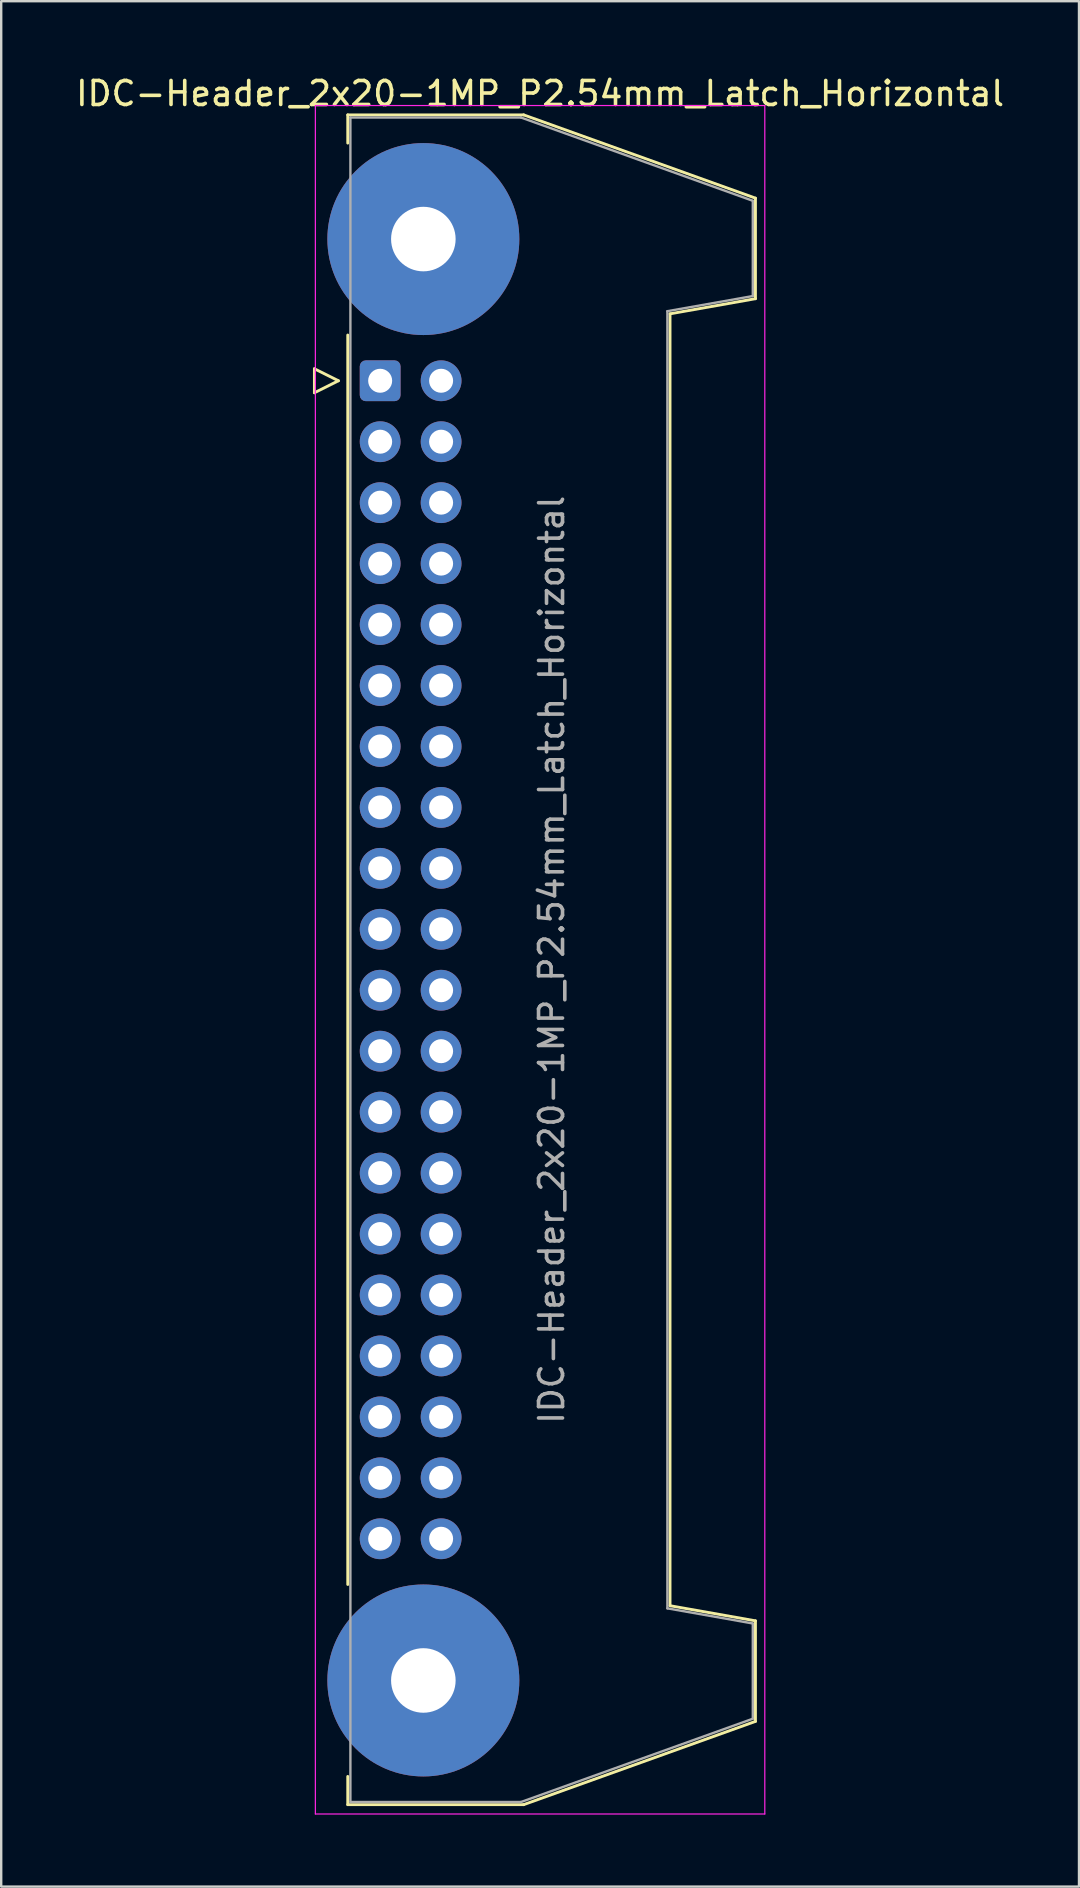
<source format=kicad_pcb>
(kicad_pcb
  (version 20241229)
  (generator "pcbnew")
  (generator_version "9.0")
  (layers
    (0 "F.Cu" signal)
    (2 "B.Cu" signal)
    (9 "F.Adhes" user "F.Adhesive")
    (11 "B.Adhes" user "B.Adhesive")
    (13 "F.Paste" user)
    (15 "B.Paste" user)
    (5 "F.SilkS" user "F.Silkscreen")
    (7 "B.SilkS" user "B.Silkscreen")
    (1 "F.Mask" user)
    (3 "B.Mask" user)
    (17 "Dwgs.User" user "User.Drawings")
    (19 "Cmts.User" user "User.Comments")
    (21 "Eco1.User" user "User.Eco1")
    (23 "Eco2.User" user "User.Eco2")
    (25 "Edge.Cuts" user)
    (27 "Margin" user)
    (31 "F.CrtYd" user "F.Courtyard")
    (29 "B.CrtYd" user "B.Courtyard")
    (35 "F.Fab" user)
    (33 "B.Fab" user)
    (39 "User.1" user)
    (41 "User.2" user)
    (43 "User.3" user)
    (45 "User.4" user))
  (footprint "IDC-Header_2x20-1MP_P2.54mm_Latch_Horizontal"
    (layer "F.Cu")
    (at 12.793 12.818)
    (property "Reference" "IDC-Header_2x20-1MP_P2.54mm_Latch_Horizontal" (at 6.665 -11.97 0) (layer "F.SilkS") (effects (font (size 1 1) (thickness 0.15))))
    (attr through_hole)
    (fp_line (start -2.74 -0.5) (end -2.74 0.5) (stroke (width 0.12) (type solid)) (layer "F.SilkS"))
    (fp_line (start -2.74 0.5) (end -1.74 0) (stroke (width 0.12) (type solid)) (layer "F.SilkS"))
    (fp_line (start -1.74 0) (end -2.74 -0.5) (stroke (width 0.12) (type solid)) (layer "F.SilkS"))
    (fp_line (start -1.35 -11.08) (end -1.35 -9.905) (stroke (width 0.12) (type solid)) (layer "F.SilkS"))
    (fp_line (start -1.35 -11.08) (end 5.98 -11.08) (stroke (width 0.12) (type solid)) (layer "F.SilkS"))
    (fp_line (start -1.35 -1.905) (end -1.35 50.165) (stroke (width 0.12) (type solid)) (layer "F.SilkS"))
    (fp_line (start -1.35 58.165) (end -1.35 59.34) (stroke (width 0.12) (type solid)) (layer "F.SilkS"))
    (fp_line (start 5.98 -11.08) (end 15.64 -7.61) (stroke (width 0.12) (type solid)) (layer "F.SilkS"))
    (fp_line (start 5.98 59.34) (end -1.35 59.34) (stroke (width 0.12) (type solid)) (layer "F.SilkS"))
    (fp_line (start 12.08 -2.79) (end 12.08 51.05) (stroke (width 0.12) (type solid)) (layer "F.SilkS"))
    (fp_line (start 12.08 51.05) (end 15.64 51.68) (stroke (width 0.12) (type solid)) (layer "F.SilkS"))
    (fp_line (start 15.64 -7.61) (end 15.64 -3.42) (stroke (width 0.12) (type solid)) (layer "F.SilkS"))
    (fp_line (start 15.64 -3.42) (end 12.08 -2.79) (stroke (width 0.12) (type solid)) (layer "F.SilkS"))
    (fp_line (start 15.64 51.68) (end 15.64 55.87) (stroke (width 0.12) (type solid)) (layer "F.SilkS"))
    (fp_line (start 15.64 55.87) (end 5.98 59.34) (stroke (width 0.12) (type solid)) (layer "F.SilkS"))
    (fp_line (start -2.7 -11.47) (end -2.7 59.73) (stroke (width 0.05) (type solid)) (layer "F.CrtYd"))
    (fp_line (start -2.7 59.73) (end 16.03 59.73) (stroke (width 0.05) (type solid)) (layer "F.CrtYd"))
    (fp_line (start 16.03 -11.47) (end -2.7 -11.47) (stroke (width 0.05) (type solid)) (layer "F.CrtYd"))
    (fp_line (start 16.03 59.73) (end 16.03 -11.47) (stroke (width 0.05) (type solid)) (layer "F.CrtYd"))
    (fp_line (start -1.24 -10.97) (end 5.87 -10.97) (stroke (width 0.1) (type solid)) (layer "F.Fab"))
    (fp_line (start -1.24 59.23) (end -1.24 -10.97) (stroke (width 0.1) (type solid)) (layer "F.Fab"))
    (fp_line (start 5.87 -10.97) (end 15.53 -7.5) (stroke (width 0.1) (type solid)) (layer "F.Fab"))
    (fp_line (start 5.87 59.23) (end -1.24 59.23) (stroke (width 0.1) (type solid)) (layer "F.Fab"))
    (fp_line (start 11.97 -2.9) (end 11.97 51.16) (stroke (width 0.1) (type solid)) (layer "F.Fab"))
    (fp_line (start 11.97 51.16) (end 15.53 51.79) (stroke (width 0.1) (type solid)) (layer "F.Fab"))
    (fp_line (start 15.53 -7.5) (end 15.53 -3.53) (stroke (width 0.1) (type solid)) (layer "F.Fab"))
    (fp_line (start 15.53 -3.53) (end 11.97 -2.9) (stroke (width 0.1) (type solid)) (layer "F.Fab"))
    (fp_line (start 15.53 51.79) (end 15.53 55.76) (stroke (width 0.1) (type solid)) (layer "F.Fab"))
    (fp_line (start 15.53 55.76) (end 5.87 59.23) (stroke (width 0.1) (type solid)) (layer "F.Fab"))
    (fp_text user "${REFERENCE}" (at 7.145 24.13 90) (layer "F.Fab") (effects (font (size 1 1) (thickness 0.15))))
    (pad "1" thru_hole roundrect (at 0 0) (size 1.7 1.7) (drill 1) (layers "*.Cu" "*.Mask") (roundrect_rratio 0.147))
    (pad "2" thru_hole circle (at 2.54 0) (size 1.7 1.7) (drill 1) (layers "*.Cu" "*.Mask"))
    (pad "3" thru_hole circle (at 0 2.54) (size 1.7 1.7) (drill 1) (layers "*.Cu" "*.Mask"))
    (pad "4" thru_hole circle (at 2.54 2.54) (size 1.7 1.7) (drill 1) (layers "*.Cu" "*.Mask"))
    (pad "5" thru_hole circle (at 0 5.08) (size 1.7 1.7) (drill 1) (layers "*.Cu" "*.Mask"))
    (pad "6" thru_hole circle (at 2.54 5.08) (size 1.7 1.7) (drill 1) (layers "*.Cu" "*.Mask"))
    (pad "7" thru_hole circle (at 0 7.62) (size 1.7 1.7) (drill 1) (layers "*.Cu" "*.Mask"))
    (pad "8" thru_hole circle (at 2.54 7.62) (size 1.7 1.7) (drill 1) (layers "*.Cu" "*.Mask"))
    (pad "9" thru_hole circle (at 0 10.16) (size 1.7 1.7) (drill 1) (layers "*.Cu" "*.Mask"))
    (pad "10" thru_hole circle (at 2.54 10.16) (size 1.7 1.7) (drill 1) (layers "*.Cu" "*.Mask"))
    (pad "11" thru_hole circle (at 0 12.7) (size 1.7 1.7) (drill 1) (layers "*.Cu" "*.Mask"))
    (pad "12" thru_hole circle (at 2.54 12.7) (size 1.7 1.7) (drill 1) (layers "*.Cu" "*.Mask"))
    (pad "13" thru_hole circle (at 0 15.24) (size 1.7 1.7) (drill 1) (layers "*.Cu" "*.Mask"))
    (pad "14" thru_hole circle (at 2.54 15.24) (size 1.7 1.7) (drill 1) (layers "*.Cu" "*.Mask"))
    (pad "15" thru_hole circle (at 0 17.78) (size 1.7 1.7) (drill 1) (layers "*.Cu" "*.Mask"))
    (pad "16" thru_hole circle (at 2.54 17.78) (size 1.7 1.7) (drill 1) (layers "*.Cu" "*.Mask"))
    (pad "17" thru_hole circle (at 0 20.32) (size 1.7 1.7) (drill 1) (layers "*.Cu" "*.Mask"))
    (pad "18" thru_hole circle (at 2.54 20.32) (size 1.7 1.7) (drill 1) (layers "*.Cu" "*.Mask"))
    (pad "19" thru_hole circle (at 0 22.86) (size 1.7 1.7) (drill 1) (layers "*.Cu" "*.Mask"))
    (pad "20" thru_hole circle (at 2.54 22.86) (size 1.7 1.7) (drill 1) (layers "*.Cu" "*.Mask"))
    (pad "21" thru_hole circle (at 0 25.4) (size 1.7 1.7) (drill 1) (layers "*.Cu" "*.Mask"))
    (pad "22" thru_hole circle (at 2.54 25.4) (size 1.7 1.7) (drill 1) (layers "*.Cu" "*.Mask"))
    (pad "23" thru_hole circle (at 0 27.94) (size 1.7 1.7) (drill 1) (layers "*.Cu" "*.Mask"))
    (pad "24" thru_hole circle (at 2.54 27.94) (size 1.7 1.7) (drill 1) (layers "*.Cu" "*.Mask"))
    (pad "25" thru_hole circle (at 0 30.48) (size 1.7 1.7) (drill 1) (layers "*.Cu" "*.Mask"))
    (pad "26" thru_hole circle (at 2.54 30.48) (size 1.7 1.7) (drill 1) (layers "*.Cu" "*.Mask"))
    (pad "27" thru_hole circle (at 0 33.02) (size 1.7 1.7) (drill 1) (layers "*.Cu" "*.Mask"))
    (pad "28" thru_hole circle (at 2.54 33.02) (size 1.7 1.7) (drill 1) (layers "*.Cu" "*.Mask"))
    (pad "29" thru_hole circle (at 0 35.56) (size 1.7 1.7) (drill 1) (layers "*.Cu" "*.Mask"))
    (pad "30" thru_hole circle (at 2.54 35.56) (size 1.7 1.7) (drill 1) (layers "*.Cu" "*.Mask"))
    (pad "31" thru_hole circle (at 0 38.1) (size 1.7 1.7) (drill 1) (layers "*.Cu" "*.Mask"))
    (pad "32" thru_hole circle (at 2.54 38.1) (size 1.7 1.7) (drill 1) (layers "*.Cu" "*.Mask"))
    (pad "33" thru_hole circle (at 0 40.64) (size 1.7 1.7) (drill 1) (layers "*.Cu" "*.Mask"))
    (pad "34" thru_hole circle (at 2.54 40.64) (size 1.7 1.7) (drill 1) (layers "*.Cu" "*.Mask"))
    (pad "35" thru_hole circle (at 0 43.18) (size 1.7 1.7) (drill 1) (layers "*.Cu" "*.Mask"))
    (pad "36" thru_hole circle (at 2.54 43.18) (size 1.7 1.7) (drill 1) (layers "*.Cu" "*.Mask"))
    (pad "37" thru_hole circle (at 0 45.72) (size 1.7 1.7) (drill 1) (layers "*.Cu" "*.Mask"))
    (pad "38" thru_hole circle (at 2.54 45.72) (size 1.7 1.7) (drill 1) (layers "*.Cu" "*.Mask"))
    (pad "39" thru_hole circle (at 0 48.26) (size 1.7 1.7) (drill 1) (layers "*.Cu" "*.Mask"))
    (pad "40" thru_hole circle (at 2.54 48.26) (size 1.7 1.7) (drill 1) (layers "*.Cu" "*.Mask"))
    (pad "MP" thru_hole circle (at 1.8 -5.905) (size 8 8) (drill 2.69) (layers "*.Cu" "*.Mask"))
    (pad "MP" thru_hole circle (at 1.8 54.165) (size 8 8) (drill 2.69) (layers "*.Cu" "*.Mask")))
  (gr_rect
    (start -3 -3)
    (end 41.917 75.573)
    (stroke (width 0.1) (type default))
    (fill no)
    (layer "Edge.Cuts")))
</source>
